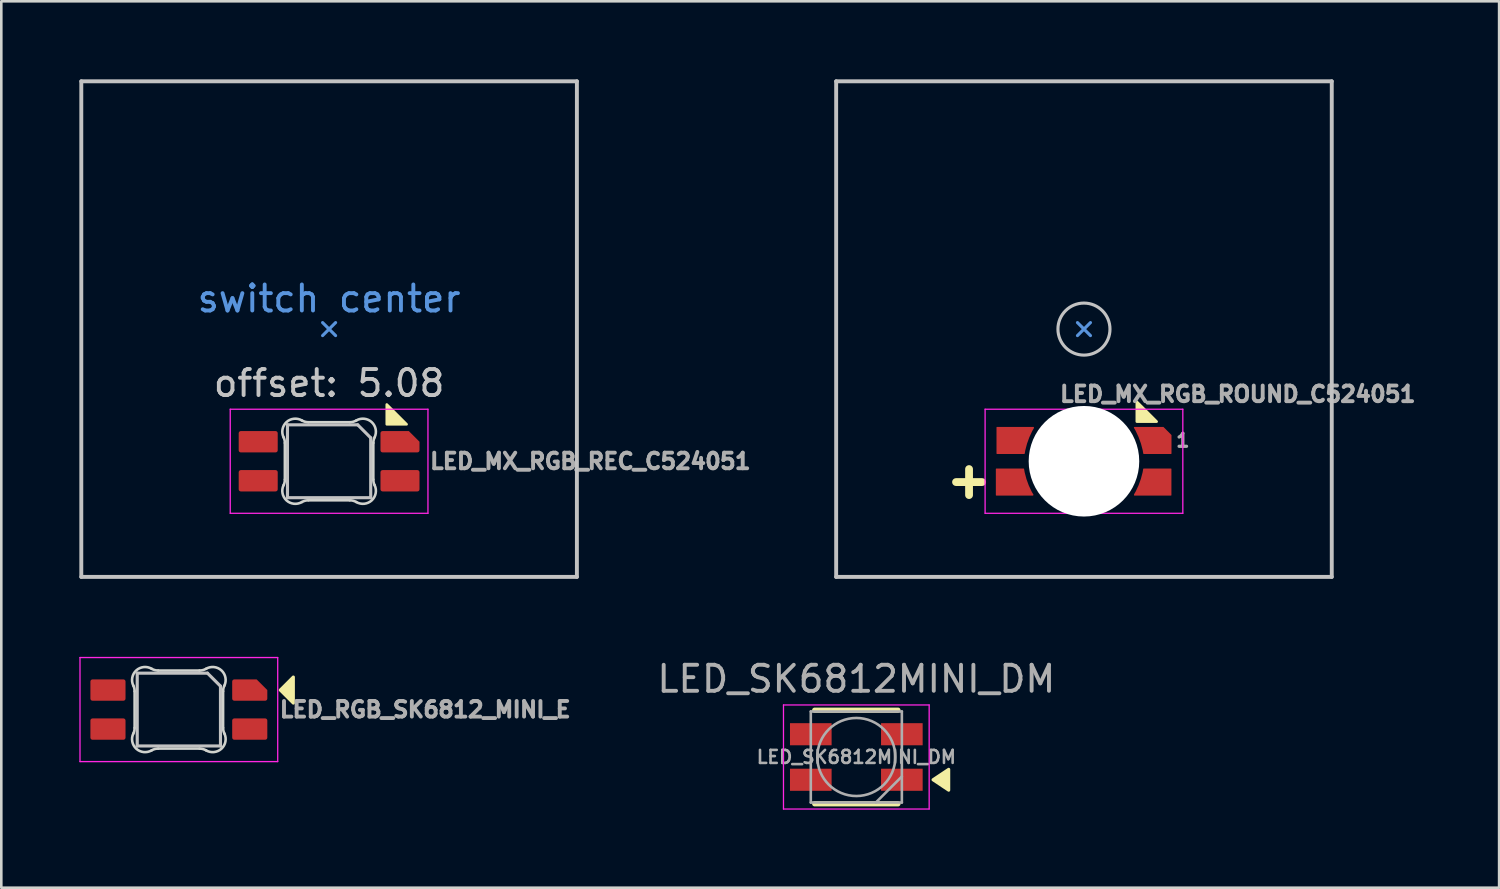
<source format=kicad_pcb>
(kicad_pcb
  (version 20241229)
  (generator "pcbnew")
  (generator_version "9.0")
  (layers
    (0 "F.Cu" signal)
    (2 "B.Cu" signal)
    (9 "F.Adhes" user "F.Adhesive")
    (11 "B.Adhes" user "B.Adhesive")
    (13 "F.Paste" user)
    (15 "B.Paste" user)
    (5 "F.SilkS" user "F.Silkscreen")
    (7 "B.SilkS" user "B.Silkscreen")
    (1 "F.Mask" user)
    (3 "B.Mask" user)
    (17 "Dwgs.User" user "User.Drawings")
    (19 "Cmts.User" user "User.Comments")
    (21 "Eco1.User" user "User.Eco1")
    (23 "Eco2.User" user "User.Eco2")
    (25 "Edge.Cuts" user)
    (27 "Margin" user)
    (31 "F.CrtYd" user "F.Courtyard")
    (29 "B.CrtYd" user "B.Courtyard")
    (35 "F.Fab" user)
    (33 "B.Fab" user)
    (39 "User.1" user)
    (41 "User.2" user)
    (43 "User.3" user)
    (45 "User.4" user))
  (footprint "LED_SK6812MINI_DM"
    (layer "F.Cu")
    (at 29.866 26.048)
    (property "Reference" "LED_SK6812MINI_DM" (at 0 -3 0) (unlocked yes) (layer "F.Fab") (effects (font (size 1 1) (thickness 0.15))))
    (attr smd)
    (fp_line (start -1.6 -1.8) (end 1.6 -1.8) (stroke (width 0.2) (type solid)) (layer "F.SilkS"))
    (fp_line (start -1.6 1.8) (end 1.6 1.8) (stroke (width 0.2) (type solid)) (layer "F.SilkS"))
    (fp_poly (pts (xy 3.55 1.275) (xy 2.95 0.875) (xy 3.55 0.475)) (stroke (width 0.12) (type solid)) (fill yes) (layer "F.SilkS"))
    (fp_line (start -2.8 -2) (end -2.8 2) (stroke (width 0.05) (type solid)) (layer "F.CrtYd"))
    (fp_line (start -2.8 2) (end 2.8 2) (stroke (width 0.05) (type solid)) (layer "F.CrtYd"))
    (fp_line (start 2.8 -2) (end -2.8 -2) (stroke (width 0.05) (type solid)) (layer "F.CrtYd"))
    (fp_line (start 2.8 2) (end 2.8 -2) (stroke (width 0.05) (type solid)) (layer "F.CrtYd"))
    (fp_line (start -1.75 -1.75) (end -1.75 1.75) (stroke (width 0.1) (type solid)) (layer "F.Fab"))
    (fp_line (start -1.75 1.75) (end 1.75 1.75) (stroke (width 0.1) (type solid)) (layer "F.Fab"))
    (fp_line (start 1.75 -1.75) (end -1.75 -1.75) (stroke (width 0.1) (type solid)) (layer "F.Fab"))
    (fp_line (start 1.75 0.75) (end 0.75 1.75) (stroke (width 0.1) (type solid)) (layer "F.Fab"))
    (fp_line (start 1.75 1.75) (end 1.75 -1.75) (stroke (width 0.1) (type solid)) (layer "F.Fab"))
    (fp_circle (center 0 0) (end 0 -1.5) (stroke (width 0.1) (type solid)) (fill no) (layer "F.Fab"))
    (fp_text user "${REFERENCE}" (at 0 0 0) (layer "F.Fab") (effects (font (size 0.5 0.5) (thickness 0.1))))
    (pad "1" smd rect (at 1.75 -0.875) (size 1.6 0.85) (layers "F.Cu" "F.Mask" "F.Paste"))
    (pad "2" smd rect (at -1.75 -0.875) (size 1.6 0.85) (layers "F.Cu" "F.Mask" "F.Paste"))
    (pad "3" smd rect (at -1.75 0.875) (size 1.6 0.85) (layers "F.Cu" "F.Mask" "F.Paste"))
    (pad "4" smd rect (at 1.75 0.875) (size 1.6 0.85) (layers "F.Cu" "F.Mask" "F.Paste")))
  (footprint "LED_MX_RGB_ROUND_C524051"
    (layer "F.Cu")
    (at 38.616 9.6)
    (property "Reference" "LED_MX_RGB_ROUND_C524051" (at -1 2.5 0) (layer "F.Fab") (effects (font (size 0.6 0.6) (thickness 0.15)) (justify left)))
    (attr smd)
    (fp_line (start -4.917 5.88) (end -3.917 5.88) (stroke (width 0.3) (type solid)) (layer "F.SilkS"))
    (fp_line (start -4.417 5.38) (end -4.417 6.38) (stroke (width 0.3) (type solid)) (layer "F.SilkS"))
    (fp_poly (pts (xy 2.794 3.556) (xy 2.032 3.556) (xy 2.032 2.794)) (stroke (width 0.1) (type solid)) (fill yes) (layer "F.SilkS"))
    (fp_line (start -9.525 -9.525) (end -9.525 9.525) (stroke (width 0.15) (type solid)) (layer "Dwgs.User"))
    (fp_line (start -9.525 9.525) (end 9.525 9.525) (stroke (width 0.15) (type solid)) (layer "Dwgs.User"))
    (fp_line (start 9.525 -9.525) (end -9.525 -9.525) (stroke (width 0.15) (type solid)) (layer "Dwgs.User"))
    (fp_line (start 9.525 9.525) (end 9.525 -9.525) (stroke (width 0.15) (type solid)) (layer "Dwgs.User"))
    (fp_circle (center 0 0) (end 0 -1) (stroke (width 0.12) (type solid)) (fill no) (layer "Dwgs.User"))
    (fp_line (start -0.25 0.25) (end 0 0) (stroke (width 0.12) (type solid)) (layer "Cmts.User"))
    (fp_line (start 0 0) (end -0.25 -0.25) (stroke (width 0.12) (type solid)) (layer "Cmts.User"))
    (fp_line (start 0 0) (end 0.25 -0.25) (stroke (width 0.12) (type solid)) (layer "Cmts.User"))
    (fp_line (start 0.25 0.25) (end 0 0) (stroke (width 0.12) (type solid)) (layer "Cmts.User"))
    (fp_line (start -3.8 3.08) (end 3.8 3.08) (stroke (width 0.05) (type solid)) (layer "F.CrtYd"))
    (fp_line (start -3.8 7.08) (end -3.8 3.08) (stroke (width 0.05) (type solid)) (layer "F.CrtYd"))
    (fp_line (start 3.8 3.08) (end 3.8 7.08) (stroke (width 0.05) (type solid)) (layer "F.CrtYd"))
    (fp_line (start 3.8 7.08) (end -3.8 7.08) (stroke (width 0.05) (type solid)) (layer "F.CrtYd"))
    (fp_text user "1" (at 3.8 4.28 0) (layer "F.Fab") (effects (font (size 0.5 0.5) (thickness 0.125))))
    (pad "" np_thru_hole circle (at 0 5.08 180) (size 4.25 4.25) (drill 4.25) (layers "*.Cu" "*.Mask"))
    (pad "1" smd custom (at -2.667 5.88) (size 0.5 0.5) (layers "F.Cu" "F.Mask" "F.Paste") (options (anchor circle)) (primitives (gr_arc (start 0.706153 0.492388) (mid 0.481509 0.01235) (end 0.345871 -0.5) (width 0.04)) (gr_line (start 0.34 -0.5) (end -0.7 -0.5) (width 0.04)) (gr_line (start -0.7 0.5) (end -0.7 -0.5) (width 0.04)) (gr_poly (pts (xy -0.7 0.5) (xy 0.68 0.5) (xy 0.425 -0.075) (xy 0.325 -0.5) (xy -0.7 -0.5)) (width 0.04) (fill yes)) (gr_line (start 0.7 0.5) (end -0.7 0.5) (width 0.04))))
    (pad "2" smd custom (at -2.642 4.28 180) (size 0.5 0.5) (layers "F.Cu" "F.Mask" "F.Paste") (options (anchor circle)) (primitives (gr_arc (start -0.345871 -0.5) (mid -0.478873 0.005055) (end -0.698384 0.478959) (width 0.04)) (gr_line (start 0.7 -0.5) (end -0.34 -0.5) (width 0.04)) (gr_line (start 0.7 -0.5) (end 0.7 0.5) (width 0.04)) (gr_poly (pts (xy 0.7 0.5) (xy -0.68 0.5) (xy -0.425 -0.075) (xy -0.325 -0.5) (xy 0.7 -0.5)) (width 0.04) (fill yes)) (gr_line (start 0.7 0.5) (end -0.7 0.5) (width 0.04))))
    (pad "3" smd custom (at 2.642 5.88) (size 0.5 0.5) (layers "F.Cu" "F.Mask" "F.Paste") (options (anchor circle)) (primitives (gr_arc (start -0.345871 -0.5) (mid -0.478873 0.005055) (end -0.698384 0.478959) (width 0.04)) (gr_line (start 0.7 -0.5) (end -0.34 -0.5) (width 0.04)) (gr_line (start 0.7 -0.5) (end 0.7 0.5) (width 0.04)) (gr_poly (pts (xy 0.7 0.5) (xy -0.68 0.5) (xy -0.425 -0.075) (xy -0.325 -0.5) (xy 0.7 -0.5)) (width 0.04) (fill yes)) (gr_line (start 0.7 0.5) (end -0.7 0.5) (width 0.04))))
    (pad "4" smd custom (at 2.645 4.28 180) (size 0.5 0.5) (layers "F.Cu" "F.Mask" "F.Paste") (options (anchor circle)) (primitives (gr_arc (start 0.706153 0.492388) (mid 0.481509 0.01235) (end 0.345871 -0.5) (width 0.04)) (gr_line (start 0.34 -0.5) (end -0.7 -0.5) (width 0.04)) (gr_line (start -0.7 0.2) (end -0.7 -0.5) (width 0.04)) (gr_poly (pts (xy -0.4 0.5) (xy 0.68 0.5) (xy 0.425 -0.075) (xy 0.325 -0.5) (xy -0.7 -0.5) (xy -0.7 0.2)) (width 0.04) (fill yes)) (gr_line (start 0.7 0.5) (end -0.4 0.5) (width 0.04)) (gr_line (start -0.4 0.5) (end -0.7 0.2) (width 0.04)))))
  (footprint "LED_RGB_SK6812_MINI_E"
    (layer "F.Cu")
    (at 3.825 24.225)
    (property "Reference" "LED_RGB_SK6812_MINI_E" (at 3.8 0 0) (layer "F.Fab") (effects (font (size 0.6 0.6) (thickness 0.15)) (justify left)))
    (attr smd)
    (fp_poly (pts (xy 3.9 -0.75) (xy 4.4 -1.25) (xy 4.4 -0.25)) (stroke (width 0.12) (type solid)) (fill yes) (layer "F.SilkS"))
    (fp_line (start -1.6 -1.4) (end 1.1 -1.4) (stroke (width 0.12) (type solid)) (layer "Dwgs.User"))
    (fp_line (start -1.6 1.4) (end -1.6 -1.4) (stroke (width 0.12) (type solid)) (layer "Dwgs.User"))
    (fp_line (start 1.6 -0.9) (end 1.1 -1.4) (stroke (width 0.12) (type solid)) (layer "Dwgs.User"))
    (fp_line (start 1.6 -0.9) (end 1.6 1.4) (stroke (width 0.12) (type solid)) (layer "Dwgs.User"))
    (fp_line (start 1.6 1.4) (end -1.6 1.4) (stroke (width 0.12) (type solid)) (layer "Dwgs.User"))
    (fp_line (start -1.7 -0.703) (end -1.7 0.703) (stroke (width 0.1) (type solid)) (layer "Edge.Cuts"))
    (fp_line (start -0.794 1.5) (end 0.794 1.5) (stroke (width 0.1) (type solid)) (layer "Edge.Cuts"))
    (fp_line (start 0.794 -1.5) (end -0.794 -1.5) (stroke (width 0.1) (type solid)) (layer "Edge.Cuts"))
    (fp_line (start 1.7 0.703) (end 1.7 -0.703) (stroke (width 0.1) (type solid)) (layer "Edge.Cuts"))
    (fp_arc (start -1.749484 -0.919719) (mid -1.712527 -0.814067) (end -1.699999 -0.702842) (stroke (width 0.1) (type solid)) (layer "Edge.Cuts"))
    (fp_arc (start -1.749484 -0.919719) (mid -1.63807 -1.504033) (end -1.046711 -1.568296) (stroke (width 0.1) (type solid)) (layer "Edge.Cuts"))
    (fp_arc (start -1.699999 0.702843) (mid -1.712527 0.814069) (end -1.749484 0.919721) (stroke (width 0.1) (type solid)) (layer "Edge.Cuts"))
    (fp_arc (start -1.046711 1.5683) (mid -1.638071 1.504036) (end -1.749484 0.919721) (stroke (width 0.1) (type solid)) (layer "Edge.Cuts"))
    (fp_arc (start -1.046711 1.5683) (mid -0.925123 1.517378) (end -0.794453 1.500001) (stroke (width 0.1) (type solid)) (layer "Edge.Cuts"))
    (fp_arc (start -0.794452 -1.499999) (mid -0.925122 -1.517376) (end -1.04671 -1.568298) (stroke (width 0.1) (type solid)) (layer "Edge.Cuts"))
    (fp_arc (start 0.794453 1.5) (mid 0.925123 1.517377) (end 1.046711 1.568299) (stroke (width 0.1) (type solid)) (layer "Edge.Cuts"))
    (fp_arc (start 1.046711 -1.568298) (mid 0.925123 -1.517376) (end 0.794452 -1.499999) (stroke (width 0.1) (type solid)) (layer "Edge.Cuts"))
    (fp_arc (start 1.046711 -1.568298) (mid 1.638072 -1.504034) (end 1.749484 -0.919718) (stroke (width 0.1) (type solid)) (layer "Edge.Cuts"))
    (fp_arc (start 1.699999 -0.702841) (mid 1.712527 -0.814067) (end 1.749484 -0.919719) (stroke (width 0.1) (type solid)) (layer "Edge.Cuts"))
    (fp_arc (start 1.749484 0.919721) (mid 1.63807 1.504035) (end 1.046711 1.568299) (stroke (width 0.1) (type solid)) (layer "Edge.Cuts"))
    (fp_arc (start 1.749484 0.919721) (mid 1.712527 0.814069) (end 1.699999 0.702844) (stroke (width 0.1) (type solid)) (layer "Edge.Cuts"))
    (fp_line (start -3.8 -2) (end 3.8 -2) (stroke (width 0.05) (type solid)) (layer "F.CrtYd"))
    (fp_line (start -3.8 2) (end -3.8 -2) (stroke (width 0.05) (type solid)) (layer "F.CrtYd"))
    (fp_line (start 3.8 -2) (end 3.8 2) (stroke (width 0.05) (type solid)) (layer "F.CrtYd"))
    (fp_line (start 3.8 2) (end -3.8 2) (stroke (width 0.05) (type solid)) (layer "F.CrtYd"))
    (pad "1" smd roundrect (at -2.725 0.75 270) (size 0.82 1.35) (layers "F.Cu" "F.Mask" "F.Paste") (roundrect_rratio 0.1))
    (pad "2" smd roundrect (at -2.725 -0.75 270) (size 0.82 1.35) (layers "F.Cu" "F.Mask" "F.Paste") (roundrect_rratio 0.1))
    (pad "3" smd roundrect (at 2.725 0.75 270) (size 0.82 1.35) (layers "F.Cu" "F.Mask" "F.Paste") (roundrect_rratio 0.1))
    (pad "4" smd roundrect (at 2.725 -0.75 270) (size 0.82 1.35) (layers "F.Cu" "F.Mask" "F.Paste") (roundrect_rratio 0.1) (chamfer_ratio 0.5) (chamfer top_left)))
  (footprint "LED_MX_RGB_REC_C524051"
    (layer "F.Cu")
    (at 9.6 14.68)
    (property "Reference" "LED_MX_RGB_REC_C524051" (at 3.8 0 0) (layer "F.Fab") (effects (font (size 0.6 0.6) (thickness 0.15)) (justify left)))
    (attr smd)
    (fp_poly (pts (xy 2.979 -1.42) (xy 2.217 -1.42) (xy 2.217 -2.182)) (stroke (width 0.1) (type solid)) (fill yes) (layer "F.SilkS"))
    (fp_line (start -9.525 -14.605) (end -9.525 4.445) (stroke (width 0.15) (type solid)) (layer "Dwgs.User"))
    (fp_line (start -9.525 4.445) (end 9.525 4.445) (stroke (width 0.15) (type solid)) (layer "Dwgs.User"))
    (fp_line (start -1.6 -1.4) (end 1.1 -1.4) (stroke (width 0.12) (type solid)) (layer "Dwgs.User"))
    (fp_line (start -1.6 1.4) (end -1.6 -1.4) (stroke (width 0.12) (type solid)) (layer "Dwgs.User"))
    (fp_line (start 1.6 -0.9) (end 1.1 -1.4) (stroke (width 0.12) (type solid)) (layer "Dwgs.User"))
    (fp_line (start 1.6 -0.9) (end 1.6 1.4) (stroke (width 0.12) (type solid)) (layer "Dwgs.User"))
    (fp_line (start 1.6 1.4) (end -1.6 1.4) (stroke (width 0.12) (type solid)) (layer "Dwgs.User"))
    (fp_line (start 9.525 -14.605) (end -9.525 -14.605) (stroke (width 0.15) (type solid)) (layer "Dwgs.User"))
    (fp_line (start 9.525 4.445) (end 9.525 -14.605) (stroke (width 0.15) (type solid)) (layer "Dwgs.User"))
    (fp_line (start -0.25 -4.83) (end 0 -5.08) (stroke (width 0.12) (type solid)) (layer "Cmts.User"))
    (fp_line (start 0 -5.08) (end -0.25 -5.33) (stroke (width 0.12) (type solid)) (layer "Cmts.User"))
    (fp_line (start 0 -5.08) (end 0.25 -5.33) (stroke (width 0.12) (type solid)) (layer "Cmts.User"))
    (fp_line (start 0.25 -4.83) (end 0 -5.08) (stroke (width 0.12) (type solid)) (layer "Cmts.User"))
    (fp_line (start -1.7 -0.703) (end -1.7 0.703) (stroke (width 0.1) (type solid)) (layer "Edge.Cuts"))
    (fp_line (start -0.794 1.5) (end 0.794 1.5) (stroke (width 0.1) (type solid)) (layer "Edge.Cuts"))
    (fp_line (start 0.794 -1.5) (end -0.794 -1.5) (stroke (width 0.1) (type solid)) (layer "Edge.Cuts"))
    (fp_line (start 1.7 0.703) (end 1.7 -0.703) (stroke (width 0.1) (type solid)) (layer "Edge.Cuts"))
    (fp_arc (start -1.749484 -0.919719) (mid -1.712519 -0.814068) (end -1.699999 -0.702842) (stroke (width 0.1) (type solid)) (layer "Edge.Cuts"))
    (fp_arc (start -1.749484 -0.919719) (mid -1.63807 -1.504033) (end -1.046711 -1.568296) (stroke (width 0.1) (type solid)) (layer "Edge.Cuts"))
    (fp_arc (start -1.699999 0.702843) (mid -1.712528 0.814069) (end -1.749484 0.919721) (stroke (width 0.1) (type solid)) (layer "Edge.Cuts"))
    (fp_arc (start -1.046711 1.5683) (mid -1.638072 1.504036) (end -1.749484 0.919721) (stroke (width 0.1) (type solid)) (layer "Edge.Cuts"))
    (fp_arc (start -1.046711 1.5683) (mid -0.925123 1.517378) (end -0.794453 1.500001) (stroke (width 0.1) (type solid)) (layer "Edge.Cuts"))
    (fp_arc (start -0.794452 -1.499999) (mid -0.925122 -1.517376) (end -1.04671 -1.568298) (stroke (width 0.1) (type solid)) (layer "Edge.Cuts"))
    (fp_arc (start 0.794453 1.5) (mid 0.925123 1.517377) (end 1.046711 1.568299) (stroke (width 0.1) (type solid)) (layer "Edge.Cuts"))
    (fp_arc (start 1.046711 -1.568298) (mid 0.925123 -1.517376) (end 0.794452 -1.499999) (stroke (width 0.1) (type solid)) (layer "Edge.Cuts"))
    (fp_arc (start 1.046711 -1.568298) (mid 1.638072 -1.504034) (end 1.749484 -0.919718) (stroke (width 0.1) (type solid)) (layer "Edge.Cuts"))
    (fp_arc (start 1.699999 -0.702841) (mid 1.712527 -0.814067) (end 1.749484 -0.919719) (stroke (width 0.1) (type solid)) (layer "Edge.Cuts"))
    (fp_arc (start 1.749484 0.919721) (mid 1.638071 1.504035) (end 1.046711 1.568299) (stroke (width 0.1) (type solid)) (layer "Edge.Cuts"))
    (fp_arc (start 1.749484 0.919721) (mid 1.712527 0.814069) (end 1.699999 0.702844) (stroke (width 0.1) (type solid)) (layer "Edge.Cuts"))
    (fp_line (start -3.8 -2) (end 3.8 -2) (stroke (width 0.05) (type solid)) (layer "F.CrtYd"))
    (fp_line (start -3.8 2) (end -3.8 -2) (stroke (width 0.05) (type solid)) (layer "F.CrtYd"))
    (fp_line (start 3.8 -2) (end 3.8 2) (stroke (width 0.05) (type solid)) (layer "F.CrtYd"))
    (fp_line (start 3.8 2) (end -3.8 2) (stroke (width 0.05) (type solid)) (layer "F.CrtYd"))
    (fp_text user "offset: 5.08" (at 0 -3 0) (layer "Dwgs.User") (effects (font (size 1 1) (thickness 0.15))))
    (fp_text user "switch center" (at 0 -6.25 0) (layer "Cmts.User") (effects (font (size 1 1) (thickness 0.15))))
    (pad "1" smd roundrect (at -2.725 0.75 270) (size 0.82 1.5) (layers "F.Cu" "F.Mask" "F.Paste") (roundrect_rratio 0.1))
    (pad "2" smd roundrect (at -2.725 -0.75 270) (size 0.82 1.5) (layers "F.Cu" "F.Mask" "F.Paste") (roundrect_rratio 0.1))
    (pad "3" smd roundrect (at 2.725 0.75 270) (size 0.82 1.5) (layers "F.Cu" "F.Mask" "F.Paste") (roundrect_rratio 0.1))
    (pad "4" smd roundrect (at 2.725 -0.75 270) (size 0.82 1.5) (layers "F.Cu" "F.Mask" "F.Paste") (roundrect_rratio 0.1) (chamfer_ratio 0.5) (chamfer top_left)))
  (gr_rect
    (start -3 -3)
    (end 54.574 31.073)
    (stroke (width 0.1) (type default))
    (fill no)
    (layer "Edge.Cuts")))
</source>
